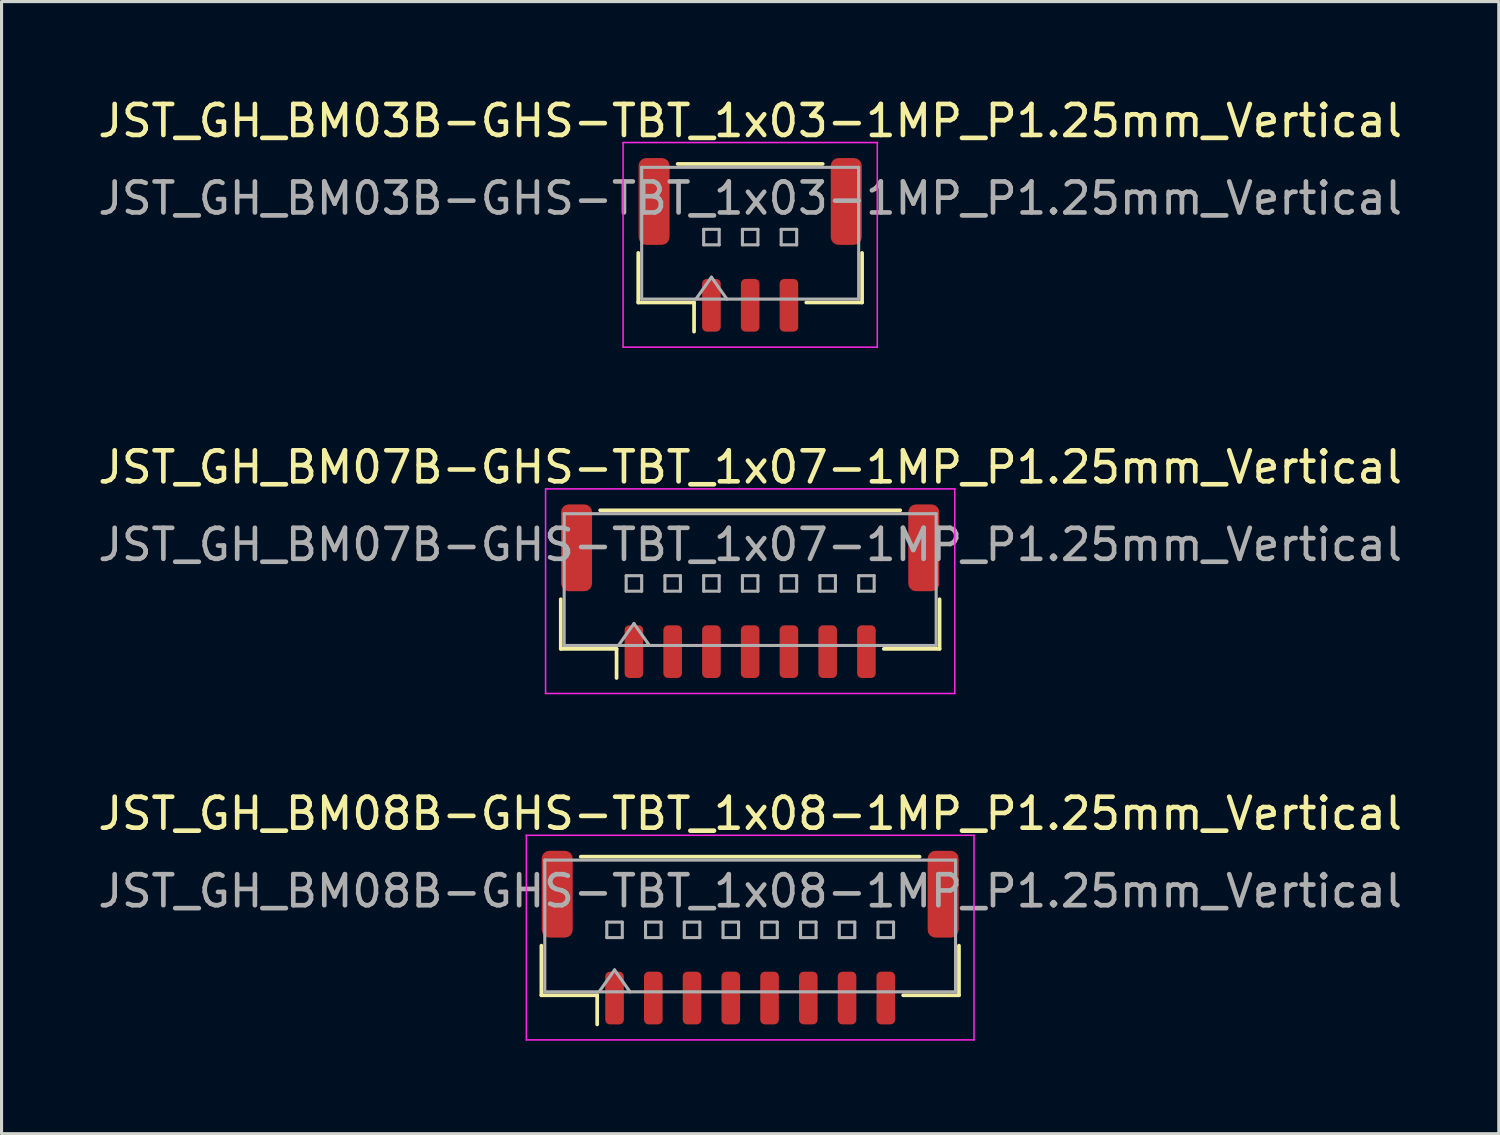
<source format=kicad_pcb>
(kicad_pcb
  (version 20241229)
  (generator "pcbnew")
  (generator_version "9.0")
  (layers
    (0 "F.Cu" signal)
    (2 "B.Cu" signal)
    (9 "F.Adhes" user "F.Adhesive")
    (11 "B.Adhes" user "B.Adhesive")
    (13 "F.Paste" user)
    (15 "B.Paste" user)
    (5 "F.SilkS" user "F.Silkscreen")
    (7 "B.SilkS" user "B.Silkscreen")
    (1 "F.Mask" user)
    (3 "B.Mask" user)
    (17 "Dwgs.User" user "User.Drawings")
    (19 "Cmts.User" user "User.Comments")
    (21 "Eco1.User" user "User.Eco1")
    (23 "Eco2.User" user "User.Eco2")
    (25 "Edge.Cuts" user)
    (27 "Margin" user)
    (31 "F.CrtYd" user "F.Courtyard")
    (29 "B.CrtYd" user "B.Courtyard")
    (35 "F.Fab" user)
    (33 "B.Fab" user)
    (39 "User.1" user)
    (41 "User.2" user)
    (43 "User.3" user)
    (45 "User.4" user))
  (footprint "JST_GH_BM08B-GHS-TBT_1x08-1MP_P1.25mm_Vertical"
    (layer "F.Cu")
    (at 21.149 27.195)
    (property "Reference" "JST_GH_BM08B-GHS-TBT_1x08-1MP_P1.25mm_Vertical" (at 0 -4 0) (layer "F.SilkS") (effects (font (size 1 1) (thickness 0.15))))
    (attr smd)
    (fp_line (start -6.735 0.26) (end -6.735 1.86) (stroke (width 0.12) (type solid)) (layer "F.SilkS"))
    (fp_line (start -6.735 1.86) (end -4.935 1.86) (stroke (width 0.12) (type solid)) (layer "F.SilkS"))
    (fp_line (start -5.465 -2.61) (end 5.465 -2.61) (stroke (width 0.12) (type solid)) (layer "F.SilkS"))
    (fp_line (start -4.935 1.86) (end -4.935 2.8) (stroke (width 0.12) (type solid)) (layer "F.SilkS"))
    (fp_line (start 6.735 0.26) (end 6.735 1.86) (stroke (width 0.12) (type solid)) (layer "F.SilkS"))
    (fp_line (start 6.735 1.86) (end 4.935 1.86) (stroke (width 0.12) (type solid)) (layer "F.SilkS"))
    (fp_line (start -7.22 -3.3) (end -7.22 3.3) (stroke (width 0.05) (type solid)) (layer "F.CrtYd"))
    (fp_line (start -7.22 3.3) (end 7.22 3.3) (stroke (width 0.05) (type solid)) (layer "F.CrtYd"))
    (fp_line (start 7.22 -3.3) (end -7.22 -3.3) (stroke (width 0.05) (type solid)) (layer "F.CrtYd"))
    (fp_line (start 7.22 3.3) (end 7.22 -3.3) (stroke (width 0.05) (type solid)) (layer "F.CrtYd"))
    (fp_line (start -6.625 -2.5) (end 6.625 -2.5) (stroke (width 0.1) (type solid)) (layer "F.Fab"))
    (fp_line (start -6.625 1.75) (end -6.625 -2.5) (stroke (width 0.1) (type solid)) (layer "F.Fab"))
    (fp_line (start -6.625 1.75) (end 6.625 1.75) (stroke (width 0.1) (type solid)) (layer "F.Fab"))
    (fp_line (start -4.875 1.75) (end -4.375 1.043) (stroke (width 0.1) (type solid)) (layer "F.Fab"))
    (fp_line (start -4.625 -0.5) (end -4.625 0) (stroke (width 0.1) (type solid)) (layer "F.Fab"))
    (fp_line (start -4.625 0) (end -4.125 0) (stroke (width 0.1) (type solid)) (layer "F.Fab"))
    (fp_line (start -4.375 1.043) (end -3.875 1.75) (stroke (width 0.1) (type solid)) (layer "F.Fab"))
    (fp_line (start -4.125 -0.5) (end -4.625 -0.5) (stroke (width 0.1) (type solid)) (layer "F.Fab"))
    (fp_line (start -4.125 0) (end -4.125 -0.5) (stroke (width 0.1) (type solid)) (layer "F.Fab"))
    (fp_line (start -3.375 -0.5) (end -3.375 0) (stroke (width 0.1) (type solid)) (layer "F.Fab"))
    (fp_line (start -3.375 0) (end -2.875 0) (stroke (width 0.1) (type solid)) (layer "F.Fab"))
    (fp_line (start -2.875 -0.5) (end -3.375 -0.5) (stroke (width 0.1) (type solid)) (layer "F.Fab"))
    (fp_line (start -2.875 0) (end -2.875 -0.5) (stroke (width 0.1) (type solid)) (layer "F.Fab"))
    (fp_line (start -2.125 -0.5) (end -2.125 0) (stroke (width 0.1) (type solid)) (layer "F.Fab"))
    (fp_line (start -2.125 0) (end -1.625 0) (stroke (width 0.1) (type solid)) (layer "F.Fab"))
    (fp_line (start -1.625 -0.5) (end -2.125 -0.5) (stroke (width 0.1) (type solid)) (layer "F.Fab"))
    (fp_line (start -1.625 0) (end -1.625 -0.5) (stroke (width 0.1) (type solid)) (layer "F.Fab"))
    (fp_line (start -0.875 -0.5) (end -0.875 0) (stroke (width 0.1) (type solid)) (layer "F.Fab"))
    (fp_line (start -0.875 0) (end -0.375 0) (stroke (width 0.1) (type solid)) (layer "F.Fab"))
    (fp_line (start -0.375 -0.5) (end -0.875 -0.5) (stroke (width 0.1) (type solid)) (layer "F.Fab"))
    (fp_line (start -0.375 0) (end -0.375 -0.5) (stroke (width 0.1) (type solid)) (layer "F.Fab"))
    (fp_line (start 0.375 -0.5) (end 0.375 0) (stroke (width 0.1) (type solid)) (layer "F.Fab"))
    (fp_line (start 0.375 0) (end 0.875 0) (stroke (width 0.1) (type solid)) (layer "F.Fab"))
    (fp_line (start 0.875 -0.5) (end 0.375 -0.5) (stroke (width 0.1) (type solid)) (layer "F.Fab"))
    (fp_line (start 0.875 0) (end 0.875 -0.5) (stroke (width 0.1) (type solid)) (layer "F.Fab"))
    (fp_line (start 1.625 -0.5) (end 1.625 0) (stroke (width 0.1) (type solid)) (layer "F.Fab"))
    (fp_line (start 1.625 0) (end 2.125 0) (stroke (width 0.1) (type solid)) (layer "F.Fab"))
    (fp_line (start 2.125 -0.5) (end 1.625 -0.5) (stroke (width 0.1) (type solid)) (layer "F.Fab"))
    (fp_line (start 2.125 0) (end 2.125 -0.5) (stroke (width 0.1) (type solid)) (layer "F.Fab"))
    (fp_line (start 2.875 -0.5) (end 2.875 0) (stroke (width 0.1) (type solid)) (layer "F.Fab"))
    (fp_line (start 2.875 0) (end 3.375 0) (stroke (width 0.1) (type solid)) (layer "F.Fab"))
    (fp_line (start 3.375 -0.5) (end 2.875 -0.5) (stroke (width 0.1) (type solid)) (layer "F.Fab"))
    (fp_line (start 3.375 0) (end 3.375 -0.5) (stroke (width 0.1) (type solid)) (layer "F.Fab"))
    (fp_line (start 4.125 -0.5) (end 4.125 0) (stroke (width 0.1) (type solid)) (layer "F.Fab"))
    (fp_line (start 4.125 0) (end 4.625 0) (stroke (width 0.1) (type solid)) (layer "F.Fab"))
    (fp_line (start 4.625 -0.5) (end 4.125 -0.5) (stroke (width 0.1) (type solid)) (layer "F.Fab"))
    (fp_line (start 4.625 0) (end 4.625 -0.5) (stroke (width 0.1) (type solid)) (layer "F.Fab"))
    (fp_line (start 6.625 1.75) (end 6.625 -2.5) (stroke (width 0.1) (type solid)) (layer "F.Fab"))
    (fp_text user "${REFERENCE}" (at 0 -1.5 0) (layer "F.Fab") (effects (font (size 1 1) (thickness 0.15))))
    (pad "1" smd roundrect (at -4.375 1.95) (size 0.6 1.7) (layers "F.Cu" "F.Mask" "F.Paste") (roundrect_rratio 0.25))
    (pad "2" smd roundrect (at -3.125 1.95) (size 0.6 1.7) (layers "F.Cu" "F.Mask" "F.Paste") (roundrect_rratio 0.25))
    (pad "3" smd roundrect (at -1.875 1.95) (size 0.6 1.7) (layers "F.Cu" "F.Mask" "F.Paste") (roundrect_rratio 0.25))
    (pad "4" smd roundrect (at -0.625 1.95) (size 0.6 1.7) (layers "F.Cu" "F.Mask" "F.Paste") (roundrect_rratio 0.25))
    (pad "5" smd roundrect (at 0.625 1.95) (size 0.6 1.7) (layers "F.Cu" "F.Mask" "F.Paste") (roundrect_rratio 0.25))
    (pad "6" smd roundrect (at 1.875 1.95) (size 0.6 1.7) (layers "F.Cu" "F.Mask" "F.Paste") (roundrect_rratio 0.25))
    (pad "7" smd roundrect (at 3.125 1.95) (size 0.6 1.7) (layers "F.Cu" "F.Mask" "F.Paste") (roundrect_rratio 0.25))
    (pad "8" smd roundrect (at 4.375 1.95) (size 0.6 1.7) (layers "F.Cu" "F.Mask" "F.Paste") (roundrect_rratio 0.25))
    (pad "MP" smd roundrect (at -6.225 -1.4) (size 1 2.8) (layers "F.Cu" "F.Mask" "F.Paste") (roundrect_rratio 0.25))
    (pad "MP" smd roundrect (at 6.225 -1.4) (size 1 2.8) (layers "F.Cu" "F.Mask" "F.Paste") (roundrect_rratio 0.25)))
  (footprint "JST_GH_BM07B-GHS-TBT_1x07-1MP_P1.25mm_Vertical"
    (layer "F.Cu")
    (at 21.149 16.021)
    (property "Reference" "JST_GH_BM07B-GHS-TBT_1x07-1MP_P1.25mm_Vertical" (at 0 -4 0) (layer "F.SilkS") (effects (font (size 1 1) (thickness 0.15))))
    (attr smd)
    (fp_line (start -6.11 0.26) (end -6.11 1.86) (stroke (width 0.12) (type solid)) (layer "F.SilkS"))
    (fp_line (start -6.11 1.86) (end -4.31 1.86) (stroke (width 0.12) (type solid)) (layer "F.SilkS"))
    (fp_line (start -4.84 -2.61) (end 4.84 -2.61) (stroke (width 0.12) (type solid)) (layer "F.SilkS"))
    (fp_line (start -4.31 1.86) (end -4.31 2.8) (stroke (width 0.12) (type solid)) (layer "F.SilkS"))
    (fp_line (start 6.11 0.26) (end 6.11 1.86) (stroke (width 0.12) (type solid)) (layer "F.SilkS"))
    (fp_line (start 6.11 1.86) (end 4.31 1.86) (stroke (width 0.12) (type solid)) (layer "F.SilkS"))
    (fp_line (start -6.6 -3.3) (end -6.6 3.3) (stroke (width 0.05) (type solid)) (layer "F.CrtYd"))
    (fp_line (start -6.6 3.3) (end 6.6 3.3) (stroke (width 0.05) (type solid)) (layer "F.CrtYd"))
    (fp_line (start 6.6 -3.3) (end -6.6 -3.3) (stroke (width 0.05) (type solid)) (layer "F.CrtYd"))
    (fp_line (start 6.6 3.3) (end 6.6 -3.3) (stroke (width 0.05) (type solid)) (layer "F.CrtYd"))
    (fp_line (start -6 -2.5) (end 6 -2.5) (stroke (width 0.1) (type solid)) (layer "F.Fab"))
    (fp_line (start -6 1.75) (end -6 -2.5) (stroke (width 0.1) (type solid)) (layer "F.Fab"))
    (fp_line (start -6 1.75) (end 6 1.75) (stroke (width 0.1) (type solid)) (layer "F.Fab"))
    (fp_line (start -4.25 1.75) (end -3.75 1.043) (stroke (width 0.1) (type solid)) (layer "F.Fab"))
    (fp_line (start -4 -0.5) (end -4 0) (stroke (width 0.1) (type solid)) (layer "F.Fab"))
    (fp_line (start -4 0) (end -3.5 0) (stroke (width 0.1) (type solid)) (layer "F.Fab"))
    (fp_line (start -3.75 1.043) (end -3.25 1.75) (stroke (width 0.1) (type solid)) (layer "F.Fab"))
    (fp_line (start -3.5 -0.5) (end -4 -0.5) (stroke (width 0.1) (type solid)) (layer "F.Fab"))
    (fp_line (start -3.5 0) (end -3.5 -0.5) (stroke (width 0.1) (type solid)) (layer "F.Fab"))
    (fp_line (start -2.75 -0.5) (end -2.75 0) (stroke (width 0.1) (type solid)) (layer "F.Fab"))
    (fp_line (start -2.75 0) (end -2.25 0) (stroke (width 0.1) (type solid)) (layer "F.Fab"))
    (fp_line (start -2.25 -0.5) (end -2.75 -0.5) (stroke (width 0.1) (type solid)) (layer "F.Fab"))
    (fp_line (start -2.25 0) (end -2.25 -0.5) (stroke (width 0.1) (type solid)) (layer "F.Fab"))
    (fp_line (start -1.5 -0.5) (end -1.5 0) (stroke (width 0.1) (type solid)) (layer "F.Fab"))
    (fp_line (start -1.5 0) (end -1 0) (stroke (width 0.1) (type solid)) (layer "F.Fab"))
    (fp_line (start -1 -0.5) (end -1.5 -0.5) (stroke (width 0.1) (type solid)) (layer "F.Fab"))
    (fp_line (start -1 0) (end -1 -0.5) (stroke (width 0.1) (type solid)) (layer "F.Fab"))
    (fp_line (start -0.25 -0.5) (end -0.25 0) (stroke (width 0.1) (type solid)) (layer "F.Fab"))
    (fp_line (start -0.25 0) (end 0.25 0) (stroke (width 0.1) (type solid)) (layer "F.Fab"))
    (fp_line (start 0.25 -0.5) (end -0.25 -0.5) (stroke (width 0.1) (type solid)) (layer "F.Fab"))
    (fp_line (start 0.25 0) (end 0.25 -0.5) (stroke (width 0.1) (type solid)) (layer "F.Fab"))
    (fp_line (start 1 -0.5) (end 1 0) (stroke (width 0.1) (type solid)) (layer "F.Fab"))
    (fp_line (start 1 0) (end 1.5 0) (stroke (width 0.1) (type solid)) (layer "F.Fab"))
    (fp_line (start 1.5 -0.5) (end 1 -0.5) (stroke (width 0.1) (type solid)) (layer "F.Fab"))
    (fp_line (start 1.5 0) (end 1.5 -0.5) (stroke (width 0.1) (type solid)) (layer "F.Fab"))
    (fp_line (start 2.25 -0.5) (end 2.25 0) (stroke (width 0.1) (type solid)) (layer "F.Fab"))
    (fp_line (start 2.25 0) (end 2.75 0) (stroke (width 0.1) (type solid)) (layer "F.Fab"))
    (fp_line (start 2.75 -0.5) (end 2.25 -0.5) (stroke (width 0.1) (type solid)) (layer "F.Fab"))
    (fp_line (start 2.75 0) (end 2.75 -0.5) (stroke (width 0.1) (type solid)) (layer "F.Fab"))
    (fp_line (start 3.5 -0.5) (end 3.5 0) (stroke (width 0.1) (type solid)) (layer "F.Fab"))
    (fp_line (start 3.5 0) (end 4 0) (stroke (width 0.1) (type solid)) (layer "F.Fab"))
    (fp_line (start 4 -0.5) (end 3.5 -0.5) (stroke (width 0.1) (type solid)) (layer "F.Fab"))
    (fp_line (start 4 0) (end 4 -0.5) (stroke (width 0.1) (type solid)) (layer "F.Fab"))
    (fp_line (start 6 1.75) (end 6 -2.5) (stroke (width 0.1) (type solid)) (layer "F.Fab"))
    (fp_text user "${REFERENCE}" (at 0 -1.5 0) (layer "F.Fab") (effects (font (size 1 1) (thickness 0.15))))
    (pad "1" smd roundrect (at -3.75 1.95) (size 0.6 1.7) (layers "F.Cu" "F.Mask" "F.Paste") (roundrect_rratio 0.25))
    (pad "2" smd roundrect (at -2.5 1.95) (size 0.6 1.7) (layers "F.Cu" "F.Mask" "F.Paste") (roundrect_rratio 0.25))
    (pad "3" smd roundrect (at -1.25 1.95) (size 0.6 1.7) (layers "F.Cu" "F.Mask" "F.Paste") (roundrect_rratio 0.25))
    (pad "4" smd roundrect (at 0 1.95) (size 0.6 1.7) (layers "F.Cu" "F.Mask" "F.Paste") (roundrect_rratio 0.25))
    (pad "5" smd roundrect (at 1.25 1.95) (size 0.6 1.7) (layers "F.Cu" "F.Mask" "F.Paste") (roundrect_rratio 0.25))
    (pad "6" smd roundrect (at 2.5 1.95) (size 0.6 1.7) (layers "F.Cu" "F.Mask" "F.Paste") (roundrect_rratio 0.25))
    (pad "7" smd roundrect (at 3.75 1.95) (size 0.6 1.7) (layers "F.Cu" "F.Mask" "F.Paste") (roundrect_rratio 0.25))
    (pad "MP" smd roundrect (at -5.6 -1.4) (size 1 2.8) (layers "F.Cu" "F.Mask" "F.Paste") (roundrect_rratio 0.25))
    (pad "MP" smd roundrect (at 5.6 -1.4) (size 1 2.8) (layers "F.Cu" "F.Mask" "F.Paste") (roundrect_rratio 0.25)))
  (footprint "JST_GH_BM03B-GHS-TBT_1x03-1MP_P1.25mm_Vertical"
    (layer "F.Cu")
    (at 21.149 4.848)
    (property "Reference" "JST_GH_BM03B-GHS-TBT_1x03-1MP_P1.25mm_Vertical" (at 0 -4 0) (layer "F.SilkS") (effects (font (size 1 1) (thickness 0.15))))
    (attr smd)
    (fp_line (start -3.61 0.26) (end -3.61 1.86) (stroke (width 0.12) (type solid)) (layer "F.SilkS"))
    (fp_line (start -3.61 1.86) (end -1.81 1.86) (stroke (width 0.12) (type solid)) (layer "F.SilkS"))
    (fp_line (start -2.34 -2.61) (end 2.34 -2.61) (stroke (width 0.12) (type solid)) (layer "F.SilkS"))
    (fp_line (start -1.81 1.86) (end -1.81 2.8) (stroke (width 0.12) (type solid)) (layer "F.SilkS"))
    (fp_line (start 3.61 0.26) (end 3.61 1.86) (stroke (width 0.12) (type solid)) (layer "F.SilkS"))
    (fp_line (start 3.61 1.86) (end 1.81 1.86) (stroke (width 0.12) (type solid)) (layer "F.SilkS"))
    (fp_line (start -4.1 -3.3) (end -4.1 3.3) (stroke (width 0.05) (type solid)) (layer "F.CrtYd"))
    (fp_line (start -4.1 3.3) (end 4.1 3.3) (stroke (width 0.05) (type solid)) (layer "F.CrtYd"))
    (fp_line (start 4.1 -3.3) (end -4.1 -3.3) (stroke (width 0.05) (type solid)) (layer "F.CrtYd"))
    (fp_line (start 4.1 3.3) (end 4.1 -3.3) (stroke (width 0.05) (type solid)) (layer "F.CrtYd"))
    (fp_line (start -3.5 -2.5) (end 3.5 -2.5) (stroke (width 0.1) (type solid)) (layer "F.Fab"))
    (fp_line (start -3.5 1.75) (end -3.5 -2.5) (stroke (width 0.1) (type solid)) (layer "F.Fab"))
    (fp_line (start -3.5 1.75) (end 3.5 1.75) (stroke (width 0.1) (type solid)) (layer "F.Fab"))
    (fp_line (start -1.75 1.75) (end -1.25 1.043) (stroke (width 0.1) (type solid)) (layer "F.Fab"))
    (fp_line (start -1.5 -0.5) (end -1.5 0) (stroke (width 0.1) (type solid)) (layer "F.Fab"))
    (fp_line (start -1.5 0) (end -1 0) (stroke (width 0.1) (type solid)) (layer "F.Fab"))
    (fp_line (start -1.25 1.043) (end -0.75 1.75) (stroke (width 0.1) (type solid)) (layer "F.Fab"))
    (fp_line (start -1 -0.5) (end -1.5 -0.5) (stroke (width 0.1) (type solid)) (layer "F.Fab"))
    (fp_line (start -1 0) (end -1 -0.5) (stroke (width 0.1) (type solid)) (layer "F.Fab"))
    (fp_line (start -0.25 -0.5) (end -0.25 0) (stroke (width 0.1) (type solid)) (layer "F.Fab"))
    (fp_line (start -0.25 0) (end 0.25 0) (stroke (width 0.1) (type solid)) (layer "F.Fab"))
    (fp_line (start 0.25 -0.5) (end -0.25 -0.5) (stroke (width 0.1) (type solid)) (layer "F.Fab"))
    (fp_line (start 0.25 0) (end 0.25 -0.5) (stroke (width 0.1) (type solid)) (layer "F.Fab"))
    (fp_line (start 1 -0.5) (end 1 0) (stroke (width 0.1) (type solid)) (layer "F.Fab"))
    (fp_line (start 1 0) (end 1.5 0) (stroke (width 0.1) (type solid)) (layer "F.Fab"))
    (fp_line (start 1.5 -0.5) (end 1 -0.5) (stroke (width 0.1) (type solid)) (layer "F.Fab"))
    (fp_line (start 1.5 0) (end 1.5 -0.5) (stroke (width 0.1) (type solid)) (layer "F.Fab"))
    (fp_line (start 3.5 1.75) (end 3.5 -2.5) (stroke (width 0.1) (type solid)) (layer "F.Fab"))
    (fp_text user "${REFERENCE}" (at 0 -1.5 0) (layer "F.Fab") (effects (font (size 1 1) (thickness 0.15))))
    (pad "1" smd roundrect (at -1.25 1.95) (size 0.6 1.7) (layers "F.Cu" "F.Mask" "F.Paste") (roundrect_rratio 0.25))
    (pad "2" smd roundrect (at 0 1.95) (size 0.6 1.7) (layers "F.Cu" "F.Mask" "F.Paste") (roundrect_rratio 0.25))
    (pad "3" smd roundrect (at 1.25 1.95) (size 0.6 1.7) (layers "F.Cu" "F.Mask" "F.Paste") (roundrect_rratio 0.25))
    (pad "MP" smd roundrect (at -3.1 -1.4) (size 1 2.8) (layers "F.Cu" "F.Mask" "F.Paste") (roundrect_rratio 0.25))
    (pad "MP" smd roundrect (at 3.1 -1.4) (size 1 2.8) (layers "F.Cu" "F.Mask" "F.Paste") (roundrect_rratio 0.25)))
  (gr_rect
    (start -3 -3)
    (end 45.298 33.52)
    (stroke (width 0.1) (type default))
    (fill no)
    (layer "Edge.Cuts")))
</source>
